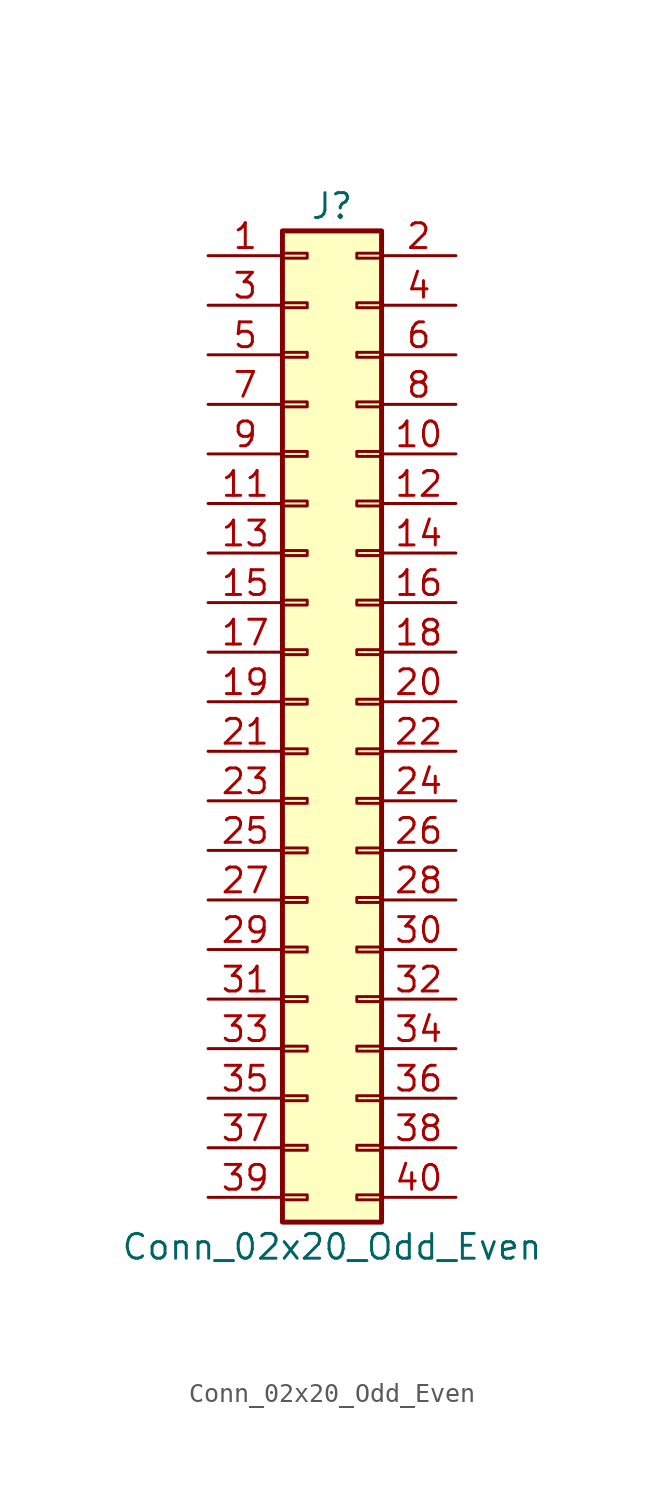
<source format=kicad_sym>
(kicad_symbol_lib
  (version 20201005)
  (generator kicad_symbol_editor)
  (symbol "Conn_02x20_Odd_Even"
    (pin_names
      (offset 1.016) hide)
    (property "Reference" "J"
      (at 1.27 25.4 0)
      (effects (font (size 1.27 1.27))))
    (property "Value" "Conn_02x20_Odd_Even"
      (at 1.27 -27.94 0)
      (effects (font (size 1.27 1.27))))
    (symbol "Conn_02x20_Odd_Even_1_1"
      (rectangle (start -1.27 -25.273) (end 0 -25.527) (stroke (width 0.152)) (fill (type none)))
      (rectangle (start -1.27 -22.733) (end 0 -22.987) (stroke (width 0.152)) (fill (type none)))
      (rectangle (start -1.27 -20.193) (end 0 -20.447) (stroke (width 0.152)) (fill (type none)))
      (rectangle (start -1.27 -17.653) (end 0 -17.907) (stroke (width 0.152)) (fill (type none)))
      (rectangle (start -1.27 -15.113) (end 0 -15.367) (stroke (width 0.152)) (fill (type none)))
      (rectangle (start -1.27 -12.573) (end 0 -12.827) (stroke (width 0.152)) (fill (type none)))
      (rectangle (start -1.27 -10.033) (end 0 -10.287) (stroke (width 0.152)) (fill (type none)))
      (rectangle (start -1.27 -7.493) (end 0 -7.747) (stroke (width 0.152)) (fill (type none)))
      (rectangle (start -1.27 -4.953) (end 0 -5.207) (stroke (width 0.152)) (fill (type none)))
      (rectangle (start -1.27 -2.413) (end 0 -2.667) (stroke (width 0.152)) (fill (type none)))
      (rectangle (start -1.27 0.127) (end 0 -0.127) (stroke (width 0.152)) (fill (type none)))
      (rectangle (start -1.27 2.667) (end 0 2.413) (stroke (width 0.152)) (fill (type none)))
      (rectangle (start -1.27 5.207) (end 0 4.953) (stroke (width 0.152)) (fill (type none)))
      (rectangle (start -1.27 7.747) (end 0 7.493) (stroke (width 0.152)) (fill (type none)))
      (rectangle (start -1.27 10.287) (end 0 10.033) (stroke (width 0.152)) (fill (type none)))
      (rectangle (start -1.27 12.827) (end 0 12.573) (stroke (width 0.152)) (fill (type none)))
      (rectangle (start -1.27 15.367) (end 0 15.113) (stroke (width 0.152)) (fill (type none)))
      (rectangle (start -1.27 17.907) (end 0 17.653) (stroke (width 0.152)) (fill (type none)))
      (rectangle (start -1.27 20.447) (end 0 20.193) (stroke (width 0.152)) (fill (type none)))
      (rectangle (start -1.27 22.987) (end 0 22.733) (stroke (width 0.152)) (fill (type none)))
      (rectangle (start 3.81 -25.273) (end 2.54 -25.527) (stroke (width 0.152)) (fill (type none)))
      (rectangle (start 3.81 -22.733) (end 2.54 -22.987) (stroke (width 0.152)) (fill (type none)))
      (rectangle (start 3.81 -20.193) (end 2.54 -20.447) (stroke (width 0.152)) (fill (type none)))
      (rectangle (start 3.81 -17.653) (end 2.54 -17.907) (stroke (width 0.152)) (fill (type none)))
      (rectangle (start 3.81 -15.113) (end 2.54 -15.367) (stroke (width 0.152)) (fill (type none)))
      (rectangle (start 3.81 -12.573) (end 2.54 -12.827) (stroke (width 0.152)) (fill (type none)))
      (rectangle (start 3.81 -10.033) (end 2.54 -10.287) (stroke (width 0.152)) (fill (type none)))
      (rectangle (start 3.81 -7.493) (end 2.54 -7.747) (stroke (width 0.152)) (fill (type none)))
      (rectangle (start 3.81 -4.953) (end 2.54 -5.207) (stroke (width 0.152)) (fill (type none)))
      (rectangle (start 3.81 -2.413) (end 2.54 -2.667) (stroke (width 0.152)) (fill (type none)))
      (rectangle (start 3.81 0.127) (end 2.54 -0.127) (stroke (width 0.152)) (fill (type none)))
      (rectangle (start 3.81 2.667) (end 2.54 2.413) (stroke (width 0.152)) (fill (type none)))
      (rectangle (start 3.81 5.207) (end 2.54 4.953) (stroke (width 0.152)) (fill (type none)))
      (rectangle (start 3.81 7.747) (end 2.54 7.493) (stroke (width 0.152)) (fill (type none)))
      (rectangle (start 3.81 10.287) (end 2.54 10.033) (stroke (width 0.152)) (fill (type none)))
      (rectangle (start 3.81 12.827) (end 2.54 12.573) (stroke (width 0.152)) (fill (type none)))
      (rectangle (start 3.81 15.367) (end 2.54 15.113) (stroke (width 0.152)) (fill (type none)))
      (rectangle (start 3.81 17.907) (end 2.54 17.653) (stroke (width 0.152)) (fill (type none)))
      (rectangle (start 3.81 20.447) (end 2.54 20.193) (stroke (width 0.152)) (fill (type none)))
      (rectangle (start 3.81 22.987) (end 2.54 22.733) (stroke (width 0.152)) (fill (type none)))
      (rectangle (start -1.27 24.13) (end 3.81 -26.67) (stroke (width 0.254)) (fill (type background)))
      (pin passive line (at -5.08 22.86 0) (length 3.81) (name "Pin_1" (effects (font (size 1.27 1.27)))) (number "1" (effects (font (size 1.27 1.27)))))
      (pin passive line (at 7.62 12.7 180) (length 3.81) (name "Pin_10" (effects (font (size 1.27 1.27)))) (number "10" (effects (font (size 1.27 1.27)))))
      (pin passive line (at -5.08 10.16 0) (length 3.81) (name "Pin_11" (effects (font (size 1.27 1.27)))) (number "11" (effects (font (size 1.27 1.27)))))
      (pin passive line (at 7.62 10.16 180) (length 3.81) (name "Pin_12" (effects (font (size 1.27 1.27)))) (number "12" (effects (font (size 1.27 1.27)))))
      (pin passive line (at -5.08 7.62 0) (length 3.81) (name "Pin_13" (effects (font (size 1.27 1.27)))) (number "13" (effects (font (size 1.27 1.27)))))
      (pin passive line (at 7.62 7.62 180) (length 3.81) (name "Pin_14" (effects (font (size 1.27 1.27)))) (number "14" (effects (font (size 1.27 1.27)))))
      (pin passive line (at -5.08 5.08 0) (length 3.81) (name "Pin_15" (effects (font (size 1.27 1.27)))) (number "15" (effects (font (size 1.27 1.27)))))
      (pin passive line (at 7.62 5.08 180) (length 3.81) (name "Pin_16" (effects (font (size 1.27 1.27)))) (number "16" (effects (font (size 1.27 1.27)))))
      (pin passive line (at -5.08 2.54 0) (length 3.81) (name "Pin_17" (effects (font (size 1.27 1.27)))) (number "17" (effects (font (size 1.27 1.27)))))
      (pin passive line (at 7.62 2.54 180) (length 3.81) (name "Pin_18" (effects (font (size 1.27 1.27)))) (number "18" (effects (font (size 1.27 1.27)))))
      (pin passive line (at -5.08 0 0) (length 3.81) (name "Pin_19" (effects (font (size 1.27 1.27)))) (number "19" (effects (font (size 1.27 1.27)))))
      (pin passive line (at 7.62 22.86 180) (length 3.81) (name "Pin_2" (effects (font (size 1.27 1.27)))) (number "2" (effects (font (size 1.27 1.27)))))
      (pin passive line (at 7.62 0 180) (length 3.81) (name "Pin_20" (effects (font (size 1.27 1.27)))) (number "20" (effects (font (size 1.27 1.27)))))
      (pin passive line (at -5.08 -2.54 0) (length 3.81) (name "Pin_21" (effects (font (size 1.27 1.27)))) (number "21" (effects (font (size 1.27 1.27)))))
      (pin passive line (at 7.62 -2.54 180) (length 3.81) (name "Pin_22" (effects (font (size 1.27 1.27)))) (number "22" (effects (font (size 1.27 1.27)))))
      (pin passive line (at -5.08 -5.08 0) (length 3.81) (name "Pin_23" (effects (font (size 1.27 1.27)))) (number "23" (effects (font (size 1.27 1.27)))))
      (pin passive line (at 7.62 -5.08 180) (length 3.81) (name "Pin_24" (effects (font (size 1.27 1.27)))) (number "24" (effects (font (size 1.27 1.27)))))
      (pin passive line (at -5.08 -7.62 0) (length 3.81) (name "Pin_25" (effects (font (size 1.27 1.27)))) (number "25" (effects (font (size 1.27 1.27)))))
      (pin passive line (at 7.62 -7.62 180) (length 3.81) (name "Pin_26" (effects (font (size 1.27 1.27)))) (number "26" (effects (font (size 1.27 1.27)))))
      (pin passive line (at -5.08 -10.16 0) (length 3.81) (name "Pin_27" (effects (font (size 1.27 1.27)))) (number "27" (effects (font (size 1.27 1.27)))))
      (pin passive line (at 7.62 -10.16 180) (length 3.81) (name "Pin_28" (effects (font (size 1.27 1.27)))) (number "28" (effects (font (size 1.27 1.27)))))
      (pin passive line (at -5.08 -12.7 0) (length 3.81) (name "Pin_29" (effects (font (size 1.27 1.27)))) (number "29" (effects (font (size 1.27 1.27)))))
      (pin passive line (at -5.08 20.32 0) (length 3.81) (name "Pin_3" (effects (font (size 1.27 1.27)))) (number "3" (effects (font (size 1.27 1.27)))))
      (pin passive line (at 7.62 -12.7 180) (length 3.81) (name "Pin_30" (effects (font (size 1.27 1.27)))) (number "30" (effects (font (size 1.27 1.27)))))
      (pin passive line (at -5.08 -15.24 0) (length 3.81) (name "Pin_31" (effects (font (size 1.27 1.27)))) (number "31" (effects (font (size 1.27 1.27)))))
      (pin passive line (at 7.62 -15.24 180) (length 3.81) (name "Pin_32" (effects (font (size 1.27 1.27)))) (number "32" (effects (font (size 1.27 1.27)))))
      (pin passive line (at -5.08 -17.78 0) (length 3.81) (name "Pin_33" (effects (font (size 1.27 1.27)))) (number "33" (effects (font (size 1.27 1.27)))))
      (pin passive line (at 7.62 -17.78 180) (length 3.81) (name "Pin_34" (effects (font (size 1.27 1.27)))) (number "34" (effects (font (size 1.27 1.27)))))
      (pin passive line (at -5.08 -20.32 0) (length 3.81) (name "Pin_35" (effects (font (size 1.27 1.27)))) (number "35" (effects (font (size 1.27 1.27)))))
      (pin passive line (at 7.62 -20.32 180) (length 3.81) (name "Pin_36" (effects (font (size 1.27 1.27)))) (number "36" (effects (font (size 1.27 1.27)))))
      (pin passive line (at -5.08 -22.86 0) (length 3.81) (name "Pin_37" (effects (font (size 1.27 1.27)))) (number "37" (effects (font (size 1.27 1.27)))))
      (pin passive line (at 7.62 -22.86 180) (length 3.81) (name "Pin_38" (effects (font (size 1.27 1.27)))) (number "38" (effects (font (size 1.27 1.27)))))
      (pin passive line (at -5.08 -25.4 0) (length 3.81) (name "Pin_39" (effects (font (size 1.27 1.27)))) (number "39" (effects (font (size 1.27 1.27)))))
      (pin passive line (at 7.62 20.32 180) (length 3.81) (name "Pin_4" (effects (font (size 1.27 1.27)))) (number "4" (effects (font (size 1.27 1.27)))))
      (pin passive line (at 7.62 -25.4 180) (length 3.81) (name "Pin_40" (effects (font (size 1.27 1.27)))) (number "40" (effects (font (size 1.27 1.27)))))
      (pin passive line (at -5.08 17.78 0) (length 3.81) (name "Pin_5" (effects (font (size 1.27 1.27)))) (number "5" (effects (font (size 1.27 1.27)))))
      (pin passive line (at 7.62 17.78 180) (length 3.81) (name "Pin_6" (effects (font (size 1.27 1.27)))) (number "6" (effects (font (size 1.27 1.27)))))
      (pin passive line (at -5.08 15.24 0) (length 3.81) (name "Pin_7" (effects (font (size 1.27 1.27)))) (number "7" (effects (font (size 1.27 1.27)))))
      (pin passive line (at 7.62 15.24 180) (length 3.81) (name "Pin_8" (effects (font (size 1.27 1.27)))) (number "8" (effects (font (size 1.27 1.27)))))
      (pin passive line (at -5.08 12.7 0) (length 3.81) (name "Pin_9" (effects (font (size 1.27 1.27)))) (number "9" (effects (font (size 1.27 1.27))))))))
</source>
